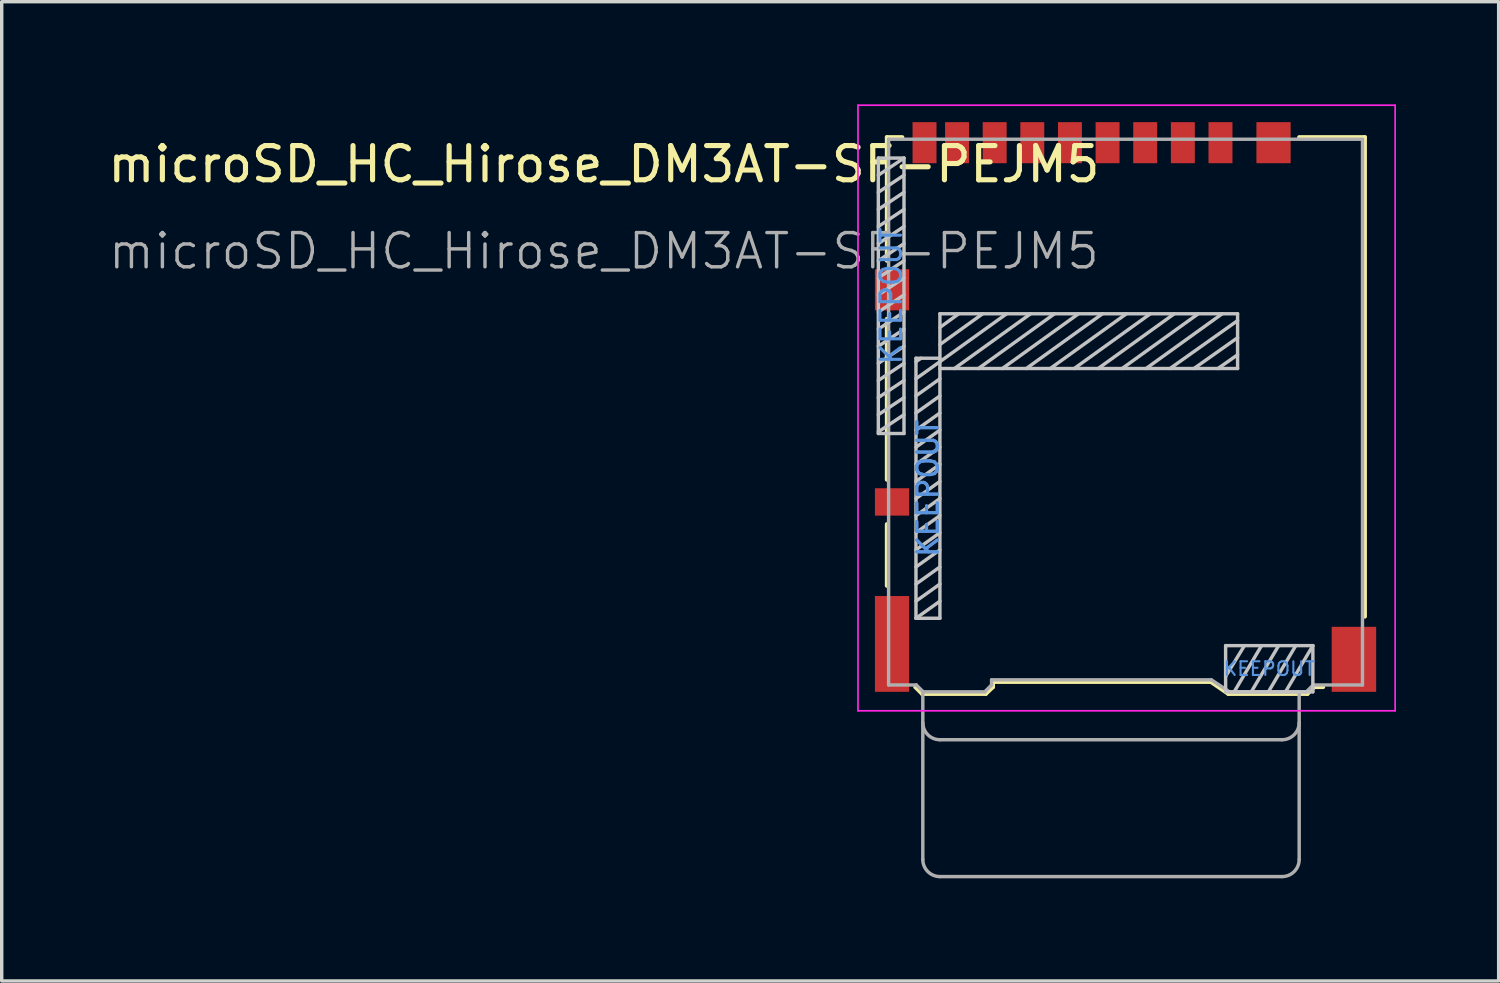
<source format=kicad_pcb>
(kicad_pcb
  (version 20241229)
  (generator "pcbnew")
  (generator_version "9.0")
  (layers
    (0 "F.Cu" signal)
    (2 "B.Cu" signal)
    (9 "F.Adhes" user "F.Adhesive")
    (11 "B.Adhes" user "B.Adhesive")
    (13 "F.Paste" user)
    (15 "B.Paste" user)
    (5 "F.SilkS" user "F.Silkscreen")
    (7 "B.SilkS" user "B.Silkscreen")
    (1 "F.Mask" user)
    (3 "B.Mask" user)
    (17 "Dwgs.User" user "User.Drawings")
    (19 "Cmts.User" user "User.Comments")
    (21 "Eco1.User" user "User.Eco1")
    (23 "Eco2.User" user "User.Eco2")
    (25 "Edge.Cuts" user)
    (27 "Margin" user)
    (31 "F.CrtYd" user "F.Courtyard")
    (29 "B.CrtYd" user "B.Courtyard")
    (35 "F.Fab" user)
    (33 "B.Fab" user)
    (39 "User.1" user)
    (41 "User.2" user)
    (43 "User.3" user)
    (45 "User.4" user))
  (footprint "microSD_HC_Hirose_DM3AT-SF-PEJM5"
    (layer "F.Cu")
    (at 29.841 9.37)
    (property "Reference" "microSD_HC_Hirose_DM3AT-SF-PEJM5" (at -15.24 -7.62 0) (unlocked yes) (layer "F.SilkS") (effects (font (size 1 1) (thickness 0.15))))
    (attr smd)
    (fp_line (start -6.97 -8.41) (end -6.97 -4.8) (stroke (width 0.12) (type solid)) (layer "F.SilkS"))
    (fp_line (start -6.97 -3.1) (end -6.97 1.6) (stroke (width 0.12) (type solid)) (layer "F.SilkS"))
    (fp_line (start -6.97 2.9) (end -6.97 4.7) (stroke (width 0.12) (type solid)) (layer "F.SilkS"))
    (fp_line (start -6.52 -8.41) (end -6.97 -8.41) (stroke (width 0.12) (type solid)) (layer "F.SilkS"))
    (fp_line (start -5.94 7.86) (end -6.14 7.66) (stroke (width 0.12) (type solid)) (layer "F.SilkS"))
    (fp_line (start -5.94 7.86) (end -4.08 7.86) (stroke (width 0.12) (type solid)) (layer "F.SilkS"))
    (fp_line (start -4.08 7.86) (end -3.87 7.66) (stroke (width 0.12) (type solid)) (layer "F.SilkS"))
    (fp_line (start -3.87 7.51) (end -3.87 7.66) (stroke (width 0.12) (type solid)) (layer "F.SilkS"))
    (fp_line (start -3.87 7.51) (end 2.5 7.51) (stroke (width 0.12) (type solid)) (layer "F.SilkS"))
    (fp_line (start 3.01 7.86) (end 2.5 7.51) (stroke (width 0.12) (type solid)) (layer "F.SilkS"))
    (fp_line (start 5.08 -8.41) (end 7 -8.41) (stroke (width 0.12) (type solid)) (layer "F.SilkS"))
    (fp_line (start 5.32 7.86) (end 3.01 7.86) (stroke (width 0.12) (type solid)) (layer "F.SilkS"))
    (fp_line (start 5.32 7.86) (end 5.52 7.66) (stroke (width 0.12) (type solid)) (layer "F.SilkS"))
    (fp_line (start 5.52 7.66) (end 5.78 7.66) (stroke (width 0.12) (type solid)) (layer "F.SilkS"))
    (fp_line (start 7 -8.41) (end 7 5.6) (stroke (width 0.12) (type solid)) (layer "F.SilkS"))
    (fp_line (start -7.22 -7.8) (end -6.47 -7.8) (stroke (width 0.1) (type solid)) (layer "Dwgs.User"))
    (fp_line (start -7.22 0.25) (end -7.22 -7.8) (stroke (width 0.1) (type solid)) (layer "Dwgs.User"))
    (fp_line (start -6.47 -7.8) (end -7.22 -7.3) (stroke (width 0.1) (type solid)) (layer "Dwgs.User"))
    (fp_line (start -6.47 -7.8) (end -6.47 0.25) (stroke (width 0.1) (type solid)) (layer "Dwgs.User"))
    (fp_line (start -6.47 -7.3) (end -7.22 -6.8) (stroke (width 0.1) (type solid)) (layer "Dwgs.User"))
    (fp_line (start -6.47 -6.8) (end -7.22 -6.3) (stroke (width 0.1) (type solid)) (layer "Dwgs.User"))
    (fp_line (start -6.47 -6.3) (end -7.22 -5.8) (stroke (width 0.1) (type solid)) (layer "Dwgs.User"))
    (fp_line (start -6.47 -5.8) (end -7.22 -5.3) (stroke (width 0.1) (type solid)) (layer "Dwgs.User"))
    (fp_line (start -6.47 -5.3) (end -7.22 -4.8) (stroke (width 0.1) (type solid)) (layer "Dwgs.User"))
    (fp_line (start -6.47 -4.8) (end -7.22 -4.3) (stroke (width 0.1) (type solid)) (layer "Dwgs.User"))
    (fp_line (start -6.47 -4.3) (end -7.22 -3.8) (stroke (width 0.1) (type solid)) (layer "Dwgs.User"))
    (fp_line (start -6.47 -3.8) (end -7.22 -3.3) (stroke (width 0.1) (type solid)) (layer "Dwgs.User"))
    (fp_line (start -6.47 -3.3) (end -7.22 -2.8) (stroke (width 0.1) (type solid)) (layer "Dwgs.User"))
    (fp_line (start -6.47 -2.8) (end -7.22 -2.3) (stroke (width 0.1) (type solid)) (layer "Dwgs.User"))
    (fp_line (start -6.47 -2.3) (end -7.22 -1.8) (stroke (width 0.1) (type solid)) (layer "Dwgs.User"))
    (fp_line (start -6.47 -1.8) (end -7.22 -1.3) (stroke (width 0.1) (type solid)) (layer "Dwgs.User"))
    (fp_line (start -6.47 -1.3) (end -7.22 -0.8) (stroke (width 0.1) (type solid)) (layer "Dwgs.User"))
    (fp_line (start -6.47 -0.8) (end -7.22 -0.3) (stroke (width 0.1) (type solid)) (layer "Dwgs.User"))
    (fp_line (start -6.47 -0.3) (end -7.22 0.2) (stroke (width 0.1) (type solid)) (layer "Dwgs.User"))
    (fp_line (start -6.47 0.25) (end -7.22 0.25) (stroke (width 0.1) (type solid)) (layer "Dwgs.User"))
    (fp_line (start -6.12 -1.95) (end -5.42 -1.95) (stroke (width 0.1) (type solid)) (layer "Dwgs.User"))
    (fp_line (start -6.12 -1.85) (end -5.97 -1.95) (stroke (width 0.1) (type solid)) (layer "Dwgs.User"))
    (fp_line (start -6.12 -1.35) (end -5.42 -1.85) (stroke (width 0.1) (type solid)) (layer "Dwgs.User"))
    (fp_line (start -6.12 -0.85) (end -5.42 -1.35) (stroke (width 0.1) (type solid)) (layer "Dwgs.User"))
    (fp_line (start -6.12 -0.35) (end -5.42 -0.85) (stroke (width 0.1) (type solid)) (layer "Dwgs.User"))
    (fp_line (start -6.12 0.15) (end -5.42 -0.35) (stroke (width 0.1) (type solid)) (layer "Dwgs.User"))
    (fp_line (start -6.12 0.65) (end -5.42 0.15) (stroke (width 0.1) (type solid)) (layer "Dwgs.User"))
    (fp_line (start -6.12 1.15) (end -5.42 0.65) (stroke (width 0.1) (type solid)) (layer "Dwgs.User"))
    (fp_line (start -6.12 1.65) (end -5.42 1.15) (stroke (width 0.1) (type solid)) (layer "Dwgs.User"))
    (fp_line (start -6.12 2.15) (end -5.42 1.65) (stroke (width 0.1) (type solid)) (layer "Dwgs.User"))
    (fp_line (start -6.12 2.65) (end -5.42 2.15) (stroke (width 0.1) (type solid)) (layer "Dwgs.User"))
    (fp_line (start -6.12 3.15) (end -5.42 2.65) (stroke (width 0.1) (type solid)) (layer "Dwgs.User"))
    (fp_line (start -6.12 3.65) (end -5.42 3.15) (stroke (width 0.1) (type solid)) (layer "Dwgs.User"))
    (fp_line (start -6.12 4.15) (end -5.42 3.65) (stroke (width 0.1) (type solid)) (layer "Dwgs.User"))
    (fp_line (start -6.12 4.65) (end -5.42 4.15) (stroke (width 0.1) (type solid)) (layer "Dwgs.User"))
    (fp_line (start -6.12 5.15) (end -5.42 4.65) (stroke (width 0.1) (type solid)) (layer "Dwgs.User"))
    (fp_line (start -6.12 5.65) (end -6.12 -1.95) (stroke (width 0.1) (type solid)) (layer "Dwgs.User"))
    (fp_line (start -6.12 5.65) (end -5.42 5.15) (stroke (width 0.1) (type solid)) (layer "Dwgs.User"))
    (fp_line (start -5.42 -3.25) (end -5.42 5.65) (stroke (width 0.1) (type solid)) (layer "Dwgs.User"))
    (fp_line (start -5.42 -3.25) (end 3.28 -3.25) (stroke (width 0.1) (type solid)) (layer "Dwgs.User"))
    (fp_line (start -5.42 -1.85) (end -3.47 -3.25) (stroke (width 0.1) (type solid)) (layer "Dwgs.User"))
    (fp_line (start -5.42 5.65) (end -6.12 5.65) (stroke (width 0.1) (type solid)) (layer "Dwgs.User"))
    (fp_line (start -4.87 -3.25) (end -5.42 -2.85) (stroke (width 0.1) (type solid)) (layer "Dwgs.User"))
    (fp_line (start -4.17 -3.25) (end -5.42 -2.35) (stroke (width 0.1) (type solid)) (layer "Dwgs.User"))
    (fp_line (start -2.77 -3.25) (end -4.995 -1.65) (stroke (width 0.1) (type solid)) (layer "Dwgs.User"))
    (fp_line (start -2.07 -3.25) (end -4.295 -1.65) (stroke (width 0.1) (type solid)) (layer "Dwgs.User"))
    (fp_line (start -1.37 -3.25) (end -3.595 -1.65) (stroke (width 0.1) (type solid)) (layer "Dwgs.User"))
    (fp_line (start -0.67 -3.25) (end -2.895 -1.65) (stroke (width 0.1) (type solid)) (layer "Dwgs.User"))
    (fp_line (start 0.03 -3.25) (end -2.195 -1.65) (stroke (width 0.1) (type solid)) (layer "Dwgs.User"))
    (fp_line (start 0.73 -3.25) (end -1.495 -1.65) (stroke (width 0.1) (type solid)) (layer "Dwgs.User"))
    (fp_line (start 1.43 -3.25) (end -0.795 -1.65) (stroke (width 0.1) (type solid)) (layer "Dwgs.User"))
    (fp_line (start 2.13 -3.25) (end -0.095 -1.65) (stroke (width 0.1) (type solid)) (layer "Dwgs.User"))
    (fp_line (start 2.83 -3.25) (end 0.605 -1.65) (stroke (width 0.1) (type solid)) (layer "Dwgs.User"))
    (fp_line (start 2.93 6.45) (end 5.48 6.45) (stroke (width 0.1) (type solid)) (layer "Dwgs.User"))
    (fp_line (start 2.93 7.8) (end 2.93 6.45) (stroke (width 0.1) (type solid)) (layer "Dwgs.User"))
    (fp_line (start 3.28 -3.25) (end 3.28 -1.65) (stroke (width 0.1) (type solid)) (layer "Dwgs.User"))
    (fp_line (start 3.28 -3.05) (end 1.305 -1.65) (stroke (width 0.1) (type solid)) (layer "Dwgs.User"))
    (fp_line (start 3.28 -2.55) (end 2.005 -1.65) (stroke (width 0.1) (type solid)) (layer "Dwgs.User"))
    (fp_line (start 3.28 -2.05) (end 2.705 -1.65) (stroke (width 0.1) (type solid)) (layer "Dwgs.User"))
    (fp_line (start 3.28 -1.65) (end -5.42 -1.65) (stroke (width 0.1) (type solid)) (layer "Dwgs.User"))
    (fp_line (start 3.48 6.45) (end 2.93 7.35) (stroke (width 0.1) (type solid)) (layer "Dwgs.User"))
    (fp_line (start 3.98 6.45) (end 3.18 7.8) (stroke (width 0.1) (type solid)) (layer "Dwgs.User"))
    (fp_line (start 4.48 6.45) (end 3.68 7.8) (stroke (width 0.1) (type solid)) (layer "Dwgs.User"))
    (fp_line (start 4.98 6.45) (end 4.18 7.8) (stroke (width 0.1) (type solid)) (layer "Dwgs.User"))
    (fp_line (start 5.48 6.45) (end 4.68 7.8) (stroke (width 0.1) (type solid)) (layer "Dwgs.User"))
    (fp_line (start 5.48 6.45) (end 5.48 7.8) (stroke (width 0.1) (type solid)) (layer "Dwgs.User"))
    (fp_line (start 5.48 7.8) (end 2.93 7.8) (stroke (width 0.1) (type solid)) (layer "Dwgs.User"))
    (fp_line (start -7.815 -9.345) (end 7.885 -9.345) (stroke (width 0.05) (type solid)) (layer "F.CrtYd"))
    (fp_line (start -7.815 8.355) (end -7.815 -9.345) (stroke (width 0.05) (type solid)) (layer "F.CrtYd"))
    (fp_line (start 7.885 -9.345) (end 7.885 8.355) (stroke (width 0.05) (type solid)) (layer "F.CrtYd"))
    (fp_line (start 7.885 8.355) (end -7.815 8.355) (stroke (width 0.05) (type solid)) (layer "F.CrtYd"))
    (fp_line (start -6.92 7.6) (end -6.92 -8.35) (stroke (width 0.1) (type solid)) (layer "F.Fab"))
    (fp_line (start -6.11 7.6) (end -6.92 7.6) (stroke (width 0.1) (type solid)) (layer "F.Fab"))
    (fp_line (start -5.92 7.8) (end -5.92 12.7) (stroke (width 0.1) (type solid)) (layer "F.Fab"))
    (fp_line (start -5.91 7.8) (end -6.11 7.6) (stroke (width 0.1) (type solid)) (layer "F.Fab"))
    (fp_line (start -5.42 9.2) (end 4.58 9.2) (stroke (width 0.1) (type solid)) (layer "F.Fab"))
    (fp_line (start -5.42 13.2) (end 4.58 13.2) (stroke (width 0.1) (type solid)) (layer "F.Fab"))
    (fp_line (start -4.11 7.8) (end -5.91 7.8) (stroke (width 0.1) (type solid)) (layer "F.Fab"))
    (fp_line (start -3.91 7.6) (end -4.11 7.8) (stroke (width 0.1) (type solid)) (layer "F.Fab"))
    (fp_line (start -3.91 7.6) (end -3.91 7.45) (stroke (width 0.1) (type solid)) (layer "F.Fab"))
    (fp_line (start 2.515 7.45) (end -3.91 7.45) (stroke (width 0.1) (type solid)) (layer "F.Fab"))
    (fp_line (start 3.04 7.8) (end 2.515 7.45) (stroke (width 0.1) (type solid)) (layer "F.Fab"))
    (fp_line (start 5.08 12.7) (end 5.08 7.8) (stroke (width 0.1) (type solid)) (layer "F.Fab"))
    (fp_line (start 5.29 7.8) (end 3.04 7.8) (stroke (width 0.1) (type solid)) (layer "F.Fab"))
    (fp_line (start 5.29 7.8) (end 5.49 7.6) (stroke (width 0.1) (type solid)) (layer "F.Fab"))
    (fp_line (start 5.49 7.6) (end 6.93 7.6) (stroke (width 0.1) (type solid)) (layer "F.Fab"))
    (fp_line (start 6.93 -8.35) (end -6.92 -8.35) (stroke (width 0.1) (type solid)) (layer "F.Fab"))
    (fp_line (start 6.93 7.6) (end 6.93 -8.35) (stroke (width 0.1) (type solid)) (layer "F.Fab"))
    (fp_arc (start -5.42 9.2) (mid -5.773553 9.053553) (end -5.92 8.7) (stroke (width 0.1) (type solid)) (layer "F.Fab"))
    (fp_arc (start -5.42 13.2) (mid -5.773553 13.053553) (end -5.92 12.7) (stroke (width 0.1) (type solid)) (layer "F.Fab"))
    (fp_arc (start 5.08 8.7) (mid 4.933553 9.053553) (end 4.58 9.2) (stroke (width 0.1) (type solid)) (layer "F.Fab"))
    (fp_arc (start 5.08 12.7) (mid 4.933553 13.053553) (end 4.58 13.2) (stroke (width 0.1) (type solid)) (layer "F.Fab"))
    (fp_text user "KEEPOUT" (at -6.845 -3.775 90) (layer "Cmts.User") (effects (font (size 0.6 0.6) (thickness 0.09))))
    (fp_text user "KEEPOUT" (at 4.205 7.125 180) (layer "Cmts.User") (effects (font (size 0.4 0.4) (thickness 0.06))))
    (fp_text user "KEEPOUT" (at -5.77 1.85 90) (layer "Cmts.User") (effects (font (size 0.6 0.6) (thickness 0.09))))
    (fp_text user "KEEPOUT" (at -5.77 1.85 90) (layer "Cmts.User") (effects (font (size 0.6 0.6) (thickness 0.09))))
    (fp_text user "${REFERENCE}" (at -15.24 -5.08 180) (layer "F.Fab") (effects (font (size 1 1) (thickness 0.1))))
    (pad "1" smd rect (at 2.78 -8.25) (size 0.7 1.2) (layers "F.Cu" "F.Mask" "F.Paste"))
    (pad "2" smd rect (at 1.68 -8.25) (size 0.7 1.2) (layers "F.Cu" "F.Mask" "F.Paste"))
    (pad "3" smd rect (at 0.58 -8.25) (size 0.7 1.2) (layers "F.Cu" "F.Mask" "F.Paste"))
    (pad "4" smd rect (at -0.52 -8.25) (size 0.7 1.2) (layers "F.Cu" "F.Mask" "F.Paste"))
    (pad "5" smd rect (at -1.62 -8.25) (size 0.7 1.2) (layers "F.Cu" "F.Mask" "F.Paste"))
    (pad "6" smd rect (at -2.72 -8.25) (size 0.7 1.2) (layers "F.Cu" "F.Mask" "F.Paste"))
    (pad "7" smd rect (at -3.82 -8.25) (size 0.7 1.2) (layers "F.Cu" "F.Mask" "F.Paste"))
    (pad "8" smd rect (at -4.92 -8.25) (size 0.7 1.2) (layers "F.Cu" "F.Mask" "F.Paste"))
    (pad "9" smd rect (at -5.87 -8.25) (size 0.7 1.2) (layers "F.Cu" "F.Mask" "F.Paste"))
    (pad "10" smd rect (at -6.82 2.25) (size 1 0.8) (layers "F.Cu" "F.Mask" "F.Paste"))
    (pad "11" smd rect (at -6.82 -3.95) (size 1 1.2) (layers "F.Cu" "F.Mask" "F.Paste"))
    (pad "11" smd rect (at -6.82 6.4) (size 1 2.8) (layers "F.Cu" "F.Mask" "F.Paste"))
    (pad "11" smd rect (at 4.33 -8.25) (size 1 1.2) (layers "F.Cu" "F.Mask" "F.Paste"))
    (pad "11" smd rect (at 6.68 6.85) (size 1.3 1.9) (layers "F.Cu" "F.Mask" "F.Paste")))
  (gr_rect
    (start -3 -3)
    (end 40.751 25.62)
    (stroke (width 0.1) (type default))
    (fill no)
    (layer "Edge.Cuts")))
</source>
